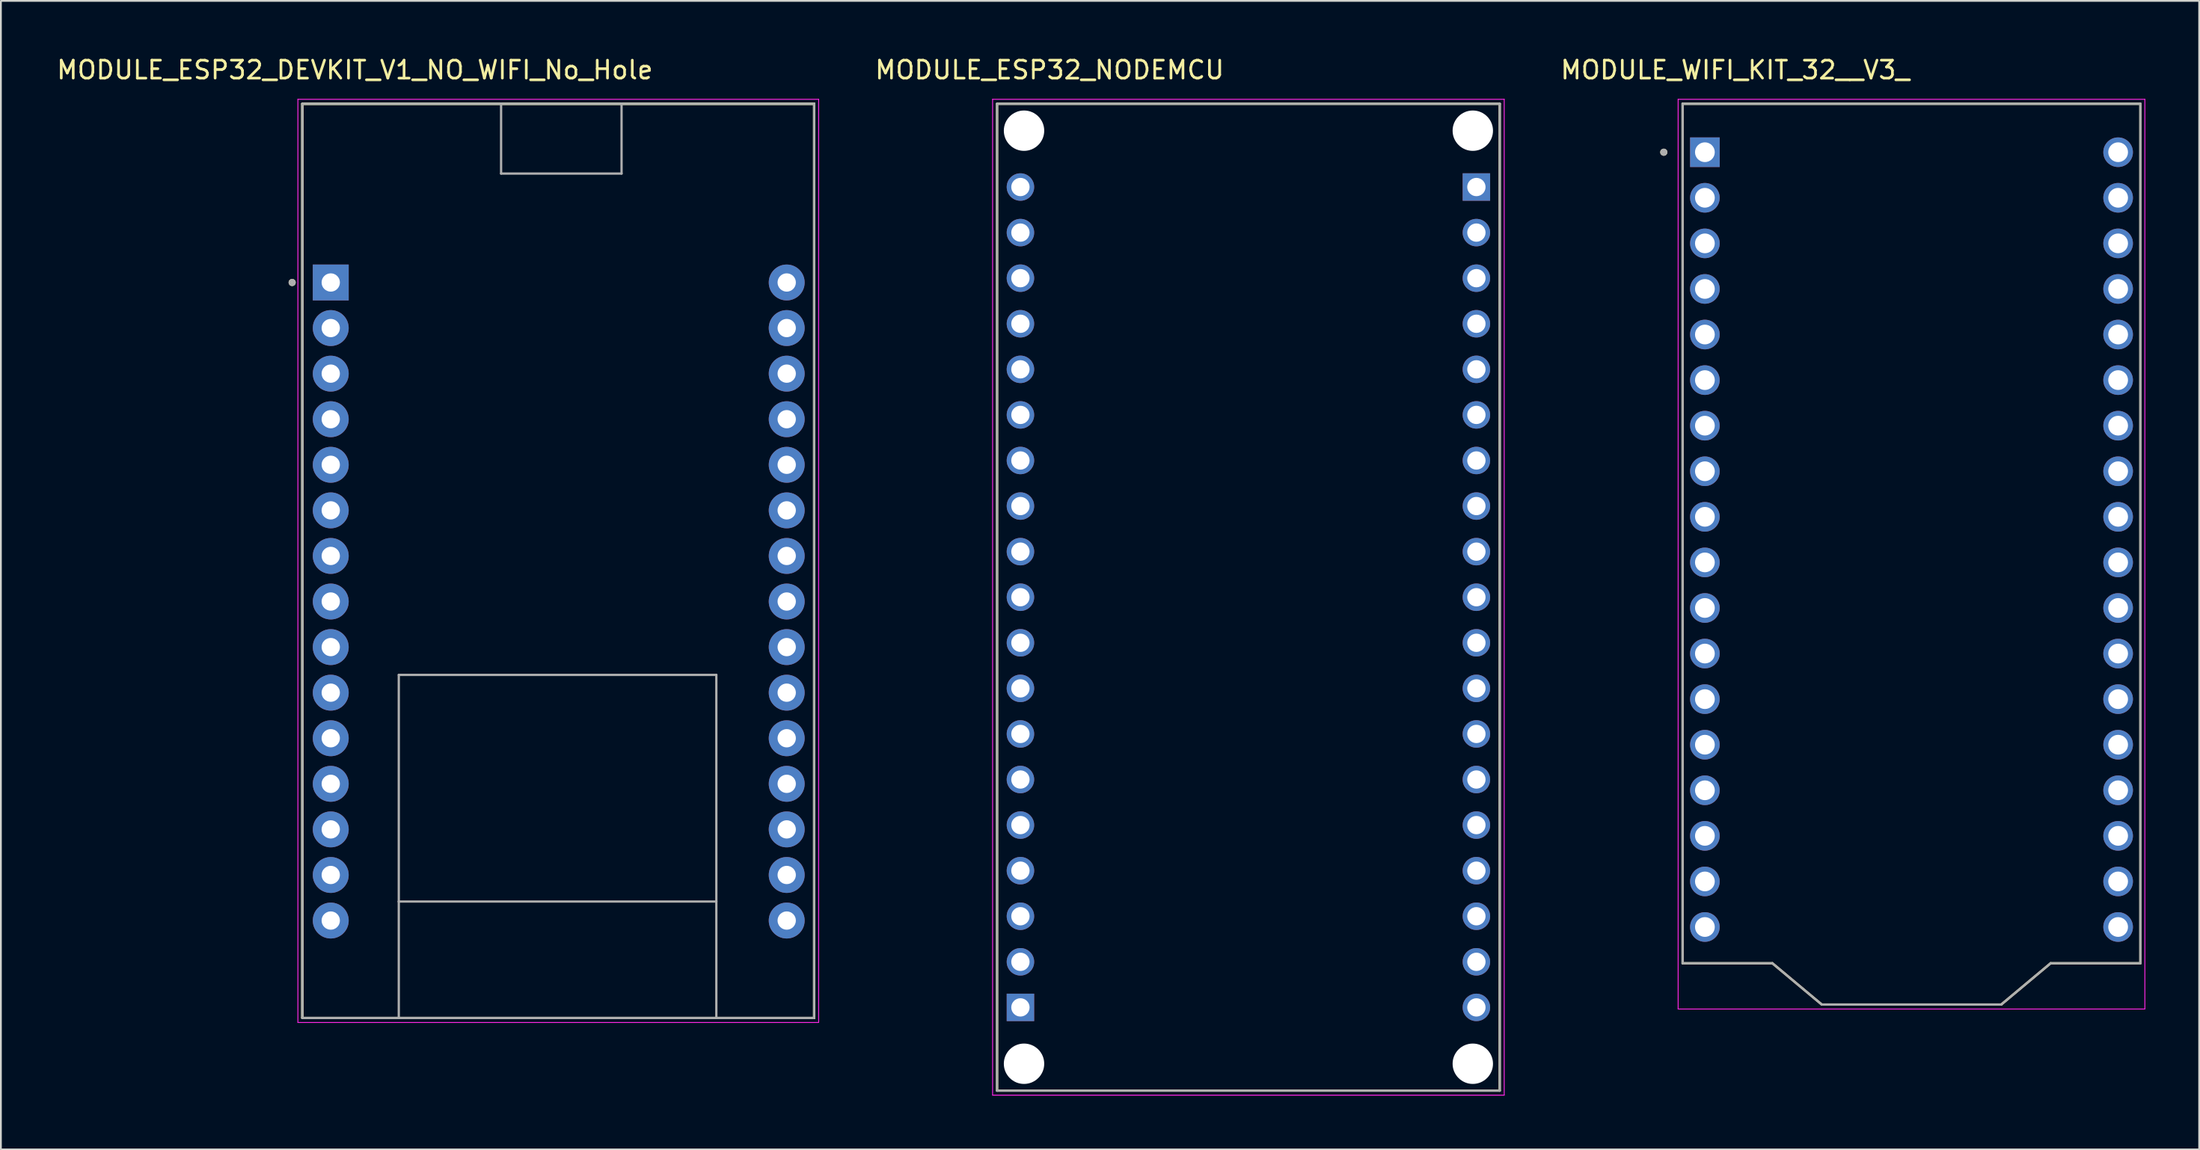
<source format=kicad_pcb>
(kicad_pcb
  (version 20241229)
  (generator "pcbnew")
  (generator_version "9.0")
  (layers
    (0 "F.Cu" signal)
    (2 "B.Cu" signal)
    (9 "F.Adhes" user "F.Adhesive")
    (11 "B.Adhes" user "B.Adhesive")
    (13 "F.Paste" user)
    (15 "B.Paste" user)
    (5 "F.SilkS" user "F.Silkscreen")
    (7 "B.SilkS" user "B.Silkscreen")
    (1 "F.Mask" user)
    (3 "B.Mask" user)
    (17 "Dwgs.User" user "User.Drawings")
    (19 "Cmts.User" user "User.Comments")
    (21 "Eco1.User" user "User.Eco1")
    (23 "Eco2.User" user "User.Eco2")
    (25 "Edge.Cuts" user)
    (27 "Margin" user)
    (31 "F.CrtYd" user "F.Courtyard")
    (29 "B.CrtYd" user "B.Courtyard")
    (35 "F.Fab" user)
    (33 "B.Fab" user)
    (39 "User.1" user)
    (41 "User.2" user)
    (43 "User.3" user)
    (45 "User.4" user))
  (footprint "MODULE_WIFI_KIT_32__V3_"
    (layer "F.Cu")
    (at 103.434 27.833)
    (property "Reference" "MODULE_WIFI_KIT_32__V3_" (at -9.825 -26.985 0) (layer "F.SilkS") (effects (font (size 1 1) (thickness 0.15))))
    (attr through_hole)
    (fp_line (start -12.75 -25.1) (end 12.75 -25.1) (stroke (width 0.127) (type solid)) (layer "F.SilkS"))
    (fp_line (start -12.75 22.8) (end -12.75 -25.1) (stroke (width 0.127) (type solid)) (layer "F.SilkS"))
    (fp_line (start -7.75 22.8) (end -12.75 22.8) (stroke (width 0.127) (type solid)) (layer "F.SilkS"))
    (fp_line (start -7.75 22.8) (end -5 25.1) (stroke (width 0.127) (type solid)) (layer "F.SilkS"))
    (fp_line (start -5 25.1) (end 5 25.1) (stroke (width 0.127) (type solid)) (layer "F.SilkS"))
    (fp_line (start 5 25.1) (end 7.75 22.8) (stroke (width 0.127) (type solid)) (layer "F.SilkS"))
    (fp_line (start 12.75 -25.1) (end 12.75 22.8) (stroke (width 0.127) (type solid)) (layer "F.SilkS"))
    (fp_line (start 12.75 22.8) (end 7.75 22.8) (stroke (width 0.127) (type solid)) (layer "F.SilkS"))
    (fp_circle (center -13.8 -22.4) (end -13.7 -22.4) (stroke (width 0.2) (type solid)) (fill no) (layer "F.SilkS"))
    (fp_line (start -13 -25.35) (end -13 25.35) (stroke (width 0.05) (type solid)) (layer "F.CrtYd"))
    (fp_line (start -13 25.35) (end 13 25.35) (stroke (width 0.05) (type solid)) (layer "F.CrtYd"))
    (fp_line (start 13 -25.35) (end -13 -25.35) (stroke (width 0.05) (type solid)) (layer "F.CrtYd"))
    (fp_line (start 13 25.35) (end 13 -25.35) (stroke (width 0.05) (type solid)) (layer "F.CrtYd"))
    (fp_line (start -12.75 -25.1) (end 12.75 -25.1) (stroke (width 0.127) (type solid)) (layer "F.Fab"))
    (fp_line (start -12.75 22.8) (end -12.75 -25.1) (stroke (width 0.127) (type solid)) (layer "F.Fab"))
    (fp_line (start -7.75 22.8) (end -12.75 22.8) (stroke (width 0.127) (type solid)) (layer "F.Fab"))
    (fp_line (start -7.75 22.8) (end -5 25.1) (stroke (width 0.127) (type solid)) (layer "F.Fab"))
    (fp_line (start -5 25.1) (end 5 25.1) (stroke (width 0.127) (type solid)) (layer "F.Fab"))
    (fp_line (start 5 25.1) (end 7.75 22.8) (stroke (width 0.127) (type solid)) (layer "F.Fab"))
    (fp_line (start 12.75 -25.1) (end 12.75 22.8) (stroke (width 0.127) (type solid)) (layer "F.Fab"))
    (fp_line (start 12.75 22.8) (end 7.75 22.8) (stroke (width 0.127) (type solid)) (layer "F.Fab"))
    (fp_circle (center -13.8 -22.4) (end -13.7 -22.4) (stroke (width 0.2) (type solid)) (fill no) (layer "F.Fab"))
    (pad "J2_1" thru_hole rect (at -11.51 -22.4) (size 1.65 1.65) (drill 1.1) (layers "*.Cu" "*.Mask"))
    (pad "J2_2" thru_hole circle (at -11.51 -19.86) (size 1.65 1.65) (drill 1.1) (layers "*.Cu" "*.Mask"))
    (pad "J2_3" thru_hole circle (at -11.51 -17.32) (size 1.65 1.65) (drill 1.1) (layers "*.Cu" "*.Mask"))
    (pad "J2_4" thru_hole circle (at -11.51 -14.78) (size 1.65 1.65) (drill 1.1) (layers "*.Cu" "*.Mask"))
    (pad "J2_5" thru_hole circle (at -11.51 -12.24) (size 1.65 1.65) (drill 1.1) (layers "*.Cu" "*.Mask"))
    (pad "J2_6" thru_hole circle (at -11.51 -9.7) (size 1.65 1.65) (drill 1.1) (layers "*.Cu" "*.Mask"))
    (pad "J2_7" thru_hole circle (at -11.51 -7.16) (size 1.65 1.65) (drill 1.1) (layers "*.Cu" "*.Mask"))
    (pad "J2_8" thru_hole circle (at -11.51 -4.62) (size 1.65 1.65) (drill 1.1) (layers "*.Cu" "*.Mask"))
    (pad "J2_9" thru_hole circle (at -11.51 -2.08) (size 1.65 1.65) (drill 1.1) (layers "*.Cu" "*.Mask"))
    (pad "J2_10" thru_hole circle (at -11.51 0.46) (size 1.65 1.65) (drill 1.1) (layers "*.Cu" "*.Mask"))
    (pad "J2_11" thru_hole circle (at -11.51 3) (size 1.65 1.65) (drill 1.1) (layers "*.Cu" "*.Mask"))
    (pad "J2_12" thru_hole circle (at -11.51 5.54) (size 1.65 1.65) (drill 1.1) (layers "*.Cu" "*.Mask"))
    (pad "J2_13" thru_hole circle (at -11.51 8.08) (size 1.65 1.65) (drill 1.1) (layers "*.Cu" "*.Mask"))
    (pad "J2_14" thru_hole circle (at -11.51 10.62) (size 1.65 1.65) (drill 1.1) (layers "*.Cu" "*.Mask"))
    (pad "J2_15" thru_hole circle (at -11.51 13.16) (size 1.65 1.65) (drill 1.1) (layers "*.Cu" "*.Mask"))
    (pad "J2_16" thru_hole circle (at -11.51 15.7) (size 1.65 1.65) (drill 1.1) (layers "*.Cu" "*.Mask"))
    (pad "J2_17" thru_hole circle (at -11.51 18.24) (size 1.65 1.65) (drill 1.1) (layers "*.Cu" "*.Mask"))
    (pad "J2_18" thru_hole circle (at -11.51 20.78) (size 1.65 1.65) (drill 1.1) (layers "*.Cu" "*.Mask"))
    (pad "J3_1" thru_hole circle (at 11.51 -22.4) (size 1.65 1.65) (drill 1.1) (layers "*.Cu" "*.Mask"))
    (pad "J3_2" thru_hole circle (at 11.51 -19.86) (size 1.65 1.65) (drill 1.1) (layers "*.Cu" "*.Mask"))
    (pad "J3_3" thru_hole circle (at 11.51 -17.32) (size 1.65 1.65) (drill 1.1) (layers "*.Cu" "*.Mask"))
    (pad "J3_4" thru_hole circle (at 11.51 -14.78) (size 1.65 1.65) (drill 1.1) (layers "*.Cu" "*.Mask"))
    (pad "J3_5" thru_hole circle (at 11.51 -12.24) (size 1.65 1.65) (drill 1.1) (layers "*.Cu" "*.Mask"))
    (pad "J3_6" thru_hole circle (at 11.51 -9.7) (size 1.65 1.65) (drill 1.1) (layers "*.Cu" "*.Mask"))
    (pad "J3_7" thru_hole circle (at 11.51 -7.16) (size 1.65 1.65) (drill 1.1) (layers "*.Cu" "*.Mask"))
    (pad "J3_8" thru_hole circle (at 11.51 -4.62) (size 1.65 1.65) (drill 1.1) (layers "*.Cu" "*.Mask"))
    (pad "J3_9" thru_hole circle (at 11.51 -2.08) (size 1.65 1.65) (drill 1.1) (layers "*.Cu" "*.Mask"))
    (pad "J3_10" thru_hole circle (at 11.51 0.46) (size 1.65 1.65) (drill 1.1) (layers "*.Cu" "*.Mask"))
    (pad "J3_11" thru_hole circle (at 11.51 3) (size 1.65 1.65) (drill 1.1) (layers "*.Cu" "*.Mask"))
    (pad "J3_12" thru_hole circle (at 11.51 5.54) (size 1.65 1.65) (drill 1.1) (layers "*.Cu" "*.Mask"))
    (pad "J3_13" thru_hole circle (at 11.51 8.08) (size 1.65 1.65) (drill 1.1) (layers "*.Cu" "*.Mask"))
    (pad "J3_14" thru_hole circle (at 11.51 10.62) (size 1.65 1.65) (drill 1.1) (layers "*.Cu" "*.Mask"))
    (pad "J3_15" thru_hole circle (at 11.51 13.16) (size 1.65 1.65) (drill 1.1) (layers "*.Cu" "*.Mask"))
    (pad "J3_16" thru_hole circle (at 11.51 15.7) (size 1.65 1.65) (drill 1.1) (layers "*.Cu" "*.Mask"))
    (pad "J3_17" thru_hole circle (at 11.51 18.24) (size 1.65 1.65) (drill 1.1) (layers "*.Cu" "*.Mask"))
    (pad "J3_18" thru_hole circle (at 11.51 20.78) (size 1.65 1.65) (drill 1.1) (layers "*.Cu" "*.Mask")))
  (footprint "MODULE_ESP32_DEVKIT_V1_NO_WIFI_No_Hole"
    (layer "F.Cu")
    (at 28.075 28.208)
    (property "Reference" "MODULE_ESP32_DEVKIT_V1_NO_WIFI_No_Hole" (at -11.355 -27.36 0) (layer "F.SilkS") (effects (font (size 1 1) (thickness 0.15))))
    (attr through_hole)
    (fp_line (start -14.28 -25.475) (end -3.211 -25.475) (stroke (width 0.127) (type solid)) (layer "F.SilkS"))
    (fp_line (start -14.28 -25.475) (end 14.23 -25.475) (stroke (width 0.127) (type solid)) (layer "F.SilkS"))
    (fp_line (start -14.28 25.475) (end -14.28 -25.475) (stroke (width 0.127) (type solid)) (layer "F.SilkS"))
    (fp_line (start -14.28 25.475) (end -14.28 -25.475) (stroke (width 0.127) (type solid)) (layer "F.SilkS"))
    (fp_line (start -14.28 25.475) (end -8.91 25.475) (stroke (width 0.127) (type solid)) (layer "F.SilkS"))
    (fp_line (start -8.91 25.475) (end 8.78 25.475) (stroke (width 0.127) (type solid)) (layer "F.SilkS"))
    (fp_line (start -3.211 -25.475) (end 3.5 -25.475) (stroke (width 0.127) (type solid)) (layer "F.SilkS"))
    (fp_line (start 3.5 -25.475) (end 14.23 -25.475) (stroke (width 0.127) (type solid)) (layer "F.SilkS"))
    (fp_line (start 8.78 25.475) (end 14.23 25.475) (stroke (width 0.127) (type solid)) (layer "F.SilkS"))
    (fp_line (start 14.23 -25.475) (end 14.23 25.475) (stroke (width 0.127) (type solid)) (layer "F.SilkS"))
    (fp_line (start 14.23 -25.475) (end 14.23 25.475) (stroke (width 0.127) (type solid)) (layer "F.SilkS"))
    (fp_line (start 14.23 25.475) (end -14.28 25.475) (stroke (width 0.127) (type solid)) (layer "F.SilkS"))
    (fp_circle (center -14.85 -15.515) (end -14.75 -15.515) (stroke (width 0.2) (type solid)) (fill no) (layer "F.SilkS"))
    (fp_line (start -14.53 -25.725) (end -14.53 25.725) (stroke (width 0.05) (type solid)) (layer "F.CrtYd"))
    (fp_line (start -14.53 25.725) (end 14.48 25.725) (stroke (width 0.05) (type solid)) (layer "F.CrtYd"))
    (fp_line (start 14.48 -25.725) (end -14.53 -25.725) (stroke (width 0.05) (type solid)) (layer "F.CrtYd"))
    (fp_line (start 14.48 25.725) (end 14.48 -25.725) (stroke (width 0.05) (type solid)) (layer "F.CrtYd"))
    (fp_line (start -14.28 -25.475) (end -3.211 -25.475) (stroke (width 0.127) (type solid)) (layer "F.Fab"))
    (fp_line (start -14.28 25.475) (end -14.28 -25.475) (stroke (width 0.127) (type solid)) (layer "F.Fab"))
    (fp_line (start -14.28 25.475) (end -8.91 25.475) (stroke (width 0.127) (type solid)) (layer "F.Fab"))
    (fp_line (start -8.91 6.355) (end 8.78 6.355) (stroke (width 0.127) (type solid)) (layer "F.Fab"))
    (fp_line (start -8.91 18.985) (end -8.91 6.355) (stroke (width 0.127) (type solid)) (layer "F.Fab"))
    (fp_line (start -8.91 18.985) (end 8.78 18.985) (stroke (width 0.127) (type solid)) (layer "F.Fab"))
    (fp_line (start -8.91 25.475) (end -8.91 18.985) (stroke (width 0.127) (type solid)) (layer "F.Fab"))
    (fp_line (start -8.91 25.475) (end 8.78 25.475) (stroke (width 0.127) (type solid)) (layer "F.Fab"))
    (fp_line (start -3.211 -25.475) (end 3.5 -25.475) (stroke (width 0.127) (type solid)) (layer "F.Fab"))
    (fp_line (start -3.211 -21.585) (end -3.211 -25.475) (stroke (width 0.127) (type solid)) (layer "F.Fab"))
    (fp_line (start 3.5 -25.475) (end 3.5 -21.585) (stroke (width 0.127) (type solid)) (layer "F.Fab"))
    (fp_line (start 3.5 -25.475) (end 14.23 -25.475) (stroke (width 0.127) (type solid)) (layer "F.Fab"))
    (fp_line (start 3.5 -21.585) (end -3.211 -21.585) (stroke (width 0.127) (type solid)) (layer "F.Fab"))
    (fp_line (start 8.78 6.355) (end 8.78 18.985) (stroke (width 0.127) (type solid)) (layer "F.Fab"))
    (fp_line (start 8.78 18.985) (end 8.78 25.475) (stroke (width 0.127) (type solid)) (layer "F.Fab"))
    (fp_line (start 8.78 25.475) (end 14.23 25.475) (stroke (width 0.127) (type solid)) (layer "F.Fab"))
    (fp_line (start 14.23 -25.475) (end 14.23 25.475) (stroke (width 0.127) (type solid)) (layer "F.Fab"))
    (fp_circle (center -14.85 -15.515) (end -14.75 -15.515) (stroke (width 0.2) (type solid)) (fill no) (layer "F.Fab"))
    (pad "1" thru_hole rect (at -12.7 -15.515) (size 2 2) (drill 1.02) (layers "*.Cu" "*.Mask"))
    (pad "2" thru_hole circle (at -12.7 -12.975) (size 2 2) (drill 1.02) (layers "*.Cu" "*.Mask"))
    (pad "3" thru_hole circle (at -12.7 -10.435) (size 2 2) (drill 1.02) (layers "*.Cu" "*.Mask"))
    (pad "4" thru_hole circle (at -12.7 -7.895) (size 2 2) (drill 1.02) (layers "*.Cu" "*.Mask"))
    (pad "5" thru_hole circle (at -12.7 -5.355) (size 2 2) (drill 1.02) (layers "*.Cu" "*.Mask"))
    (pad "6" thru_hole circle (at -12.7 -2.815) (size 2 2) (drill 1.02) (layers "*.Cu" "*.Mask"))
    (pad "7" thru_hole circle (at -12.7 -0.275) (size 2 2) (drill 1.02) (layers "*.Cu" "*.Mask"))
    (pad "8" thru_hole circle (at -12.7 2.265) (size 2 2) (drill 1.02) (layers "*.Cu" "*.Mask"))
    (pad "9" thru_hole circle (at -12.7 4.805) (size 2 2) (drill 1.02) (layers "*.Cu" "*.Mask"))
    (pad "10" thru_hole circle (at -12.7 7.345) (size 2 2) (drill 1.02) (layers "*.Cu" "*.Mask"))
    (pad "11" thru_hole circle (at -12.7 9.885) (size 2 2) (drill 1.02) (layers "*.Cu" "*.Mask"))
    (pad "12" thru_hole circle (at -12.7 12.425) (size 2 2) (drill 1.02) (layers "*.Cu" "*.Mask"))
    (pad "13" thru_hole circle (at -12.7 14.965) (size 2 2) (drill 1.02) (layers "*.Cu" "*.Mask"))
    (pad "14" thru_hole circle (at -12.7 17.505) (size 2 2) (drill 1.02) (layers "*.Cu" "*.Mask"))
    (pad "15" thru_hole circle (at -12.7 20.045) (size 2 2) (drill 1.02) (layers "*.Cu" "*.Mask"))
    (pad "16" thru_hole circle (at 12.7 20.045) (size 2 2) (drill 1.02) (layers "*.Cu" "*.Mask"))
    (pad "17" thru_hole circle (at 12.7 17.505) (size 2 2) (drill 1.02) (layers "*.Cu" "*.Mask"))
    (pad "18" thru_hole circle (at 12.7 14.965) (size 2 2) (drill 1.02) (layers "*.Cu" "*.Mask"))
    (pad "19" thru_hole circle (at 12.7 12.425) (size 2 2) (drill 1.02) (layers "*.Cu" "*.Mask"))
    (pad "20" thru_hole circle (at 12.7 9.885) (size 2 2) (drill 1.02) (layers "*.Cu" "*.Mask"))
    (pad "21" thru_hole circle (at 12.7 7.345) (size 2 2) (drill 1.02) (layers "*.Cu" "*.Mask"))
    (pad "22" thru_hole circle (at 12.7 4.805) (size 2 2) (drill 1.02) (layers "*.Cu" "*.Mask"))
    (pad "23" thru_hole circle (at 12.7 2.265) (size 2 2) (drill 1.02) (layers "*.Cu" "*.Mask"))
    (pad "24" thru_hole circle (at 12.7 -0.275) (size 2 2) (drill 1.02) (layers "*.Cu" "*.Mask"))
    (pad "25" thru_hole circle (at 12.7 -2.815) (size 2 2) (drill 1.02) (layers "*.Cu" "*.Mask"))
    (pad "26" thru_hole circle (at 12.7 -5.355) (size 2 2) (drill 1.02) (layers "*.Cu" "*.Mask"))
    (pad "27" thru_hole circle (at 12.7 -7.895) (size 2 2) (drill 1.02) (layers "*.Cu" "*.Mask"))
    (pad "28" thru_hole circle (at 12.7 -10.435) (size 2 2) (drill 1.02) (layers "*.Cu" "*.Mask"))
    (pad "29" thru_hole circle (at 12.7 -12.975) (size 2 2) (drill 1.02) (layers "*.Cu" "*.Mask"))
    (pad "30" thru_hole circle (at 12.7 -15.515) (size 2 2) (drill 1.02) (layers "*.Cu" "*.Mask")))
  (footprint "MODULE_ESP32_NODEMCU"
    (layer "F.Cu")
    (at 66.495 30.233)
    (property "Reference" "MODULE_ESP32_NODEMCU" (at -11.075 -29.385 0) (layer "F.SilkS") (effects (font (size 1 1) (thickness 0.15))))
    (attr through_hole)
    (fp_line (start -14 -27.5) (end -14 27.5) (stroke (width 0.127) (type solid)) (layer "F.SilkS"))
    (fp_line (start -14 -27.5) (end 14 -27.5) (stroke (width 0.127) (type solid)) (layer "F.SilkS"))
    (fp_line (start -14 27.5) (end 14 27.5) (stroke (width 0.127) (type solid)) (layer "F.SilkS"))
    (fp_line (start 14 -27.5) (end 14 27.5) (stroke (width 0.127) (type solid)) (layer "F.SilkS"))
    (fp_line (start -14.25 -27.75) (end -14.25 27.75) (stroke (width 0.05) (type solid)) (layer "F.CrtYd"))
    (fp_line (start -14.25 27.75) (end 14.25 27.75) (stroke (width 0.05) (type solid)) (layer "F.CrtYd"))
    (fp_line (start 14.25 -27.75) (end -14.25 -27.75) (stroke (width 0.05) (type solid)) (layer "F.CrtYd"))
    (fp_line (start 14.25 27.75) (end 14.25 -27.75) (stroke (width 0.05) (type solid)) (layer "F.CrtYd"))
    (fp_line (start -14 -27.5) (end 14 -27.5) (stroke (width 0.127) (type solid)) (layer "F.Fab"))
    (fp_line (start -14 27.5) (end -14 -27.5) (stroke (width 0.127) (type solid)) (layer "F.Fab"))
    (fp_line (start 14 -27.5) (end 14 27.5) (stroke (width 0.127) (type solid)) (layer "F.Fab"))
    (fp_line (start 14 27.5) (end -14 27.5) (stroke (width 0.127) (type solid)) (layer "F.Fab"))
    (pad "" np_thru_hole circle (at -12.5 -26) (size 2.25 2.25) (drill 2.25) (layers "*.Cu" "*.Mask"))
    (pad "" np_thru_hole circle (at -12.5 26) (size 2.25 2.25) (drill 2.25) (layers "*.Cu" "*.Mask"))
    (pad "" np_thru_hole circle (at 12.5 -26) (size 2.25 2.25) (drill 2.25) (layers "*.Cu" "*.Mask"))
    (pad "" np_thru_hole circle (at 12.5 26) (size 2.25 2.25) (drill 2.25) (layers "*.Cu" "*.Mask"))
    (pad "J4_1" thru_hole rect (at 12.7 -22.86) (size 1.53 1.53) (drill 1.02) (layers "*.Cu" "*.Mask"))
    (pad "J4_2" thru_hole circle (at 12.7 -20.32) (size 1.53 1.53) (drill 1.02) (layers "*.Cu" "*.Mask"))
    (pad "J4_3" thru_hole circle (at 12.7 -17.78) (size 1.53 1.53) (drill 1.02) (layers "*.Cu" "*.Mask"))
    (pad "J4_4" thru_hole circle (at 12.7 -15.24) (size 1.53 1.53) (drill 1.02) (layers "*.Cu" "*.Mask"))
    (pad "J4_5" thru_hole circle (at 12.7 -12.7) (size 1.53 1.53) (drill 1.02) (layers "*.Cu" "*.Mask"))
    (pad "J4_6" thru_hole circle (at 12.7 -10.16) (size 1.53 1.53) (drill 1.02) (layers "*.Cu" "*.Mask"))
    (pad "J4_7" thru_hole circle (at 12.7 -7.62) (size 1.53 1.53) (drill 1.02) (layers "*.Cu" "*.Mask"))
    (pad "J4_8" thru_hole circle (at 12.7 -5.08) (size 1.53 1.53) (drill 1.02) (layers "*.Cu" "*.Mask"))
    (pad "J4_9" thru_hole circle (at 12.7 -2.54) (size 1.53 1.53) (drill 1.02) (layers "*.Cu" "*.Mask"))
    (pad "J4_10" thru_hole circle (at 12.7 0) (size 1.53 1.53) (drill 1.02) (layers "*.Cu" "*.Mask"))
    (pad "J4_11" thru_hole circle (at 12.7 2.54) (size 1.53 1.53) (drill 1.02) (layers "*.Cu" "*.Mask"))
    (pad "J4_12" thru_hole circle (at 12.7 5.08) (size 1.53 1.53) (drill 1.02) (layers "*.Cu" "*.Mask"))
    (pad "J4_13" thru_hole circle (at 12.7 7.62) (size 1.53 1.53) (drill 1.02) (layers "*.Cu" "*.Mask"))
    (pad "J4_14" thru_hole circle (at 12.7 10.16) (size 1.53 1.53) (drill 1.02) (layers "*.Cu" "*.Mask"))
    (pad "J4_15" thru_hole circle (at 12.7 12.7) (size 1.53 1.53) (drill 1.02) (layers "*.Cu" "*.Mask"))
    (pad "J4_16" thru_hole circle (at 12.7 15.24) (size 1.53 1.53) (drill 1.02) (layers "*.Cu" "*.Mask"))
    (pad "J4_17" thru_hole circle (at 12.7 17.78) (size 1.53 1.53) (drill 1.02) (layers "*.Cu" "*.Mask"))
    (pad "J4_18" thru_hole circle (at 12.7 20.32) (size 1.53 1.53) (drill 1.02) (layers "*.Cu" "*.Mask"))
    (pad "J4_19" thru_hole circle (at 12.7 22.86) (size 1.53 1.53) (drill 1.02) (layers "*.Cu" "*.Mask"))
    (pad "J5_1" thru_hole rect (at -12.7 22.86) (size 1.53 1.53) (drill 1.02) (layers "*.Cu" "*.Mask"))
    (pad "J5_2" thru_hole circle (at -12.7 20.32) (size 1.53 1.53) (drill 1.02) (layers "*.Cu" "*.Mask"))
    (pad "J5_3" thru_hole circle (at -12.7 17.78) (size 1.53 1.53) (drill 1.02) (layers "*.Cu" "*.Mask"))
    (pad "J5_4" thru_hole circle (at -12.7 15.24) (size 1.53 1.53) (drill 1.02) (layers "*.Cu" "*.Mask"))
    (pad "J5_5" thru_hole circle (at -12.7 12.7) (size 1.53 1.53) (drill 1.02) (layers "*.Cu" "*.Mask"))
    (pad "J5_6" thru_hole circle (at -12.7 10.16) (size 1.53 1.53) (drill 1.02) (layers "*.Cu" "*.Mask"))
    (pad "J5_7" thru_hole circle (at -12.7 7.62) (size 1.53 1.53) (drill 1.02) (layers "*.Cu" "*.Mask"))
    (pad "J5_8" thru_hole circle (at -12.7 5.08) (size 1.53 1.53) (drill 1.02) (layers "*.Cu" "*.Mask"))
    (pad "J5_9" thru_hole circle (at -12.7 2.54) (size 1.53 1.53) (drill 1.02) (layers "*.Cu" "*.Mask"))
    (pad "J5_10" thru_hole circle (at -12.7 0) (size 1.53 1.53) (drill 1.02) (layers "*.Cu" "*.Mask"))
    (pad "J5_11" thru_hole circle (at -12.7 -2.54) (size 1.53 1.53) (drill 1.02) (layers "*.Cu" "*.Mask"))
    (pad "J5_12" thru_hole circle (at -12.7 -5.08) (size 1.53 1.53) (drill 1.02) (layers "*.Cu" "*.Mask"))
    (pad "J5_13" thru_hole circle (at -12.7 -7.62) (size 1.53 1.53) (drill 1.02) (layers "*.Cu" "*.Mask"))
    (pad "J5_14" thru_hole circle (at -12.7 -10.16) (size 1.53 1.53) (drill 1.02) (layers "*.Cu" "*.Mask"))
    (pad "J5_15" thru_hole circle (at -12.7 -12.7) (size 1.53 1.53) (drill 1.02) (layers "*.Cu" "*.Mask"))
    (pad "J5_16" thru_hole circle (at -12.7 -15.24) (size 1.53 1.53) (drill 1.02) (layers "*.Cu" "*.Mask"))
    (pad "J5_17" thru_hole circle (at -12.7 -17.78) (size 1.53 1.53) (drill 1.02) (layers "*.Cu" "*.Mask"))
    (pad "J5_18" thru_hole circle (at -12.7 -20.32) (size 1.53 1.53) (drill 1.02) (layers "*.Cu" "*.Mask"))
    (pad "J5_19" thru_hole circle (at -12.7 -22.86) (size 1.53 1.53) (drill 1.02) (layers "*.Cu" "*.Mask")))
  (gr_rect
    (start -3 -3)
    (end 119.459 61.008)
    (stroke (width 0.1) (type default))
    (fill no)
    (layer "Edge.Cuts")))
</source>
